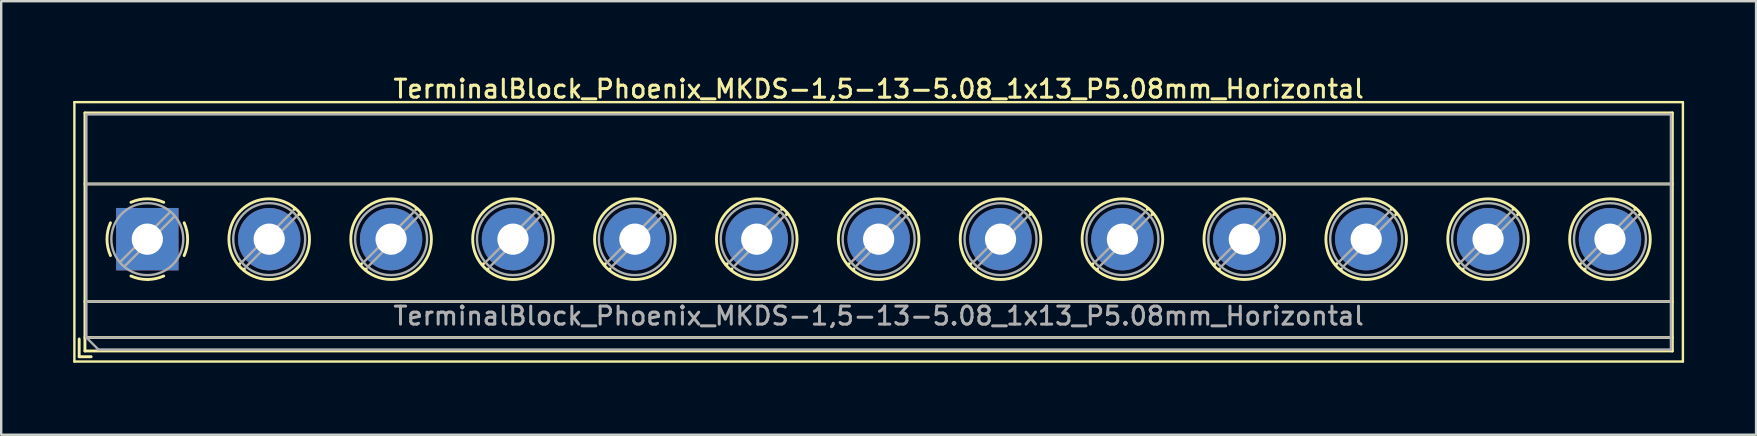
<source format=kicad_pcb>
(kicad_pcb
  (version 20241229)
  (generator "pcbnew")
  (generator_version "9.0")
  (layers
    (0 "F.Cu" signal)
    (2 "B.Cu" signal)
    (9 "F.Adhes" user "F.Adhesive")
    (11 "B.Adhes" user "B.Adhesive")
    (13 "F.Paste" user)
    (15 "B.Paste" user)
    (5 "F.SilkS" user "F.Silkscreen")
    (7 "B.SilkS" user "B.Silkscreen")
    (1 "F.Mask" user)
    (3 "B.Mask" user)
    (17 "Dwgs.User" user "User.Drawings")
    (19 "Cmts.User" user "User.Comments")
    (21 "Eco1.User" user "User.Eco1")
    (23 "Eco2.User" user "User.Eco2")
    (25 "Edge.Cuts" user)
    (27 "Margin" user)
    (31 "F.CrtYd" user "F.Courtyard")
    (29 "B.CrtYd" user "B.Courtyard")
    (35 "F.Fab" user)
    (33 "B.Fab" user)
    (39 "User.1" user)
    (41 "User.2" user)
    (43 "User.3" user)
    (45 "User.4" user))
  (footprint "TerminalBlock_Phoenix_MKDS-1,5-13-5.08_1x13_P5.08mm_Horizontal"
    (layer "F.Cu")
    (at 3.09 6.918)
    (property "Reference" "TerminalBlock_Phoenix_MKDS-1,5-13-5.08_1x13_P5.08mm_Horizontal" (at 30.48 -6.26 0) (layer "F.SilkS") (effects (font (size 0.75 0.75) (thickness 0.125))))
    (attr through_hole)
    (fp_line (start -3.04 -5.71) (end -3.04 5.1) (stroke (width 0.1) (type solid)) (layer "F.SilkS"))
    (fp_line (start -3.04 5.1) (end 64 5.1) (stroke (width 0.1) (type solid)) (layer "F.SilkS"))
    (fp_line (start -2.84 4.16) (end -2.84 4.9) (stroke (width 0.12) (type solid)) (layer "F.SilkS"))
    (fp_line (start -2.84 4.9) (end -2.34 4.9) (stroke (width 0.12) (type solid)) (layer "F.SilkS"))
    (fp_line (start -2.6 -5.261) (end -2.6 4.66) (stroke (width 0.12) (type solid)) (layer "F.SilkS"))
    (fp_line (start -2.6 -5.261) (end 63.561 -5.261) (stroke (width 0.12) (type solid)) (layer "F.SilkS"))
    (fp_line (start -2.6 -2.301) (end 63.561 -2.301) (stroke (width 0.12) (type solid)) (layer "F.SilkS"))
    (fp_line (start -2.6 2.6) (end 63.561 2.6) (stroke (width 0.12) (type solid)) (layer "F.SilkS"))
    (fp_line (start -2.6 4.1) (end 63.561 4.1) (stroke (width 0.12) (type solid)) (layer "F.SilkS"))
    (fp_line (start -2.6 4.66) (end 63.561 4.66) (stroke (width 0.12) (type solid)) (layer "F.SilkS"))
    (fp_line (start 3.853 1.023) (end 3.806 1.069) (stroke (width 0.12) (type solid)) (layer "F.SilkS"))
    (fp_line (start 4.046 1.239) (end 4.011 1.274) (stroke (width 0.12) (type solid)) (layer "F.SilkS"))
    (fp_line (start 6.15 -1.275) (end 6.115 -1.239) (stroke (width 0.12) (type solid)) (layer "F.SilkS"))
    (fp_line (start 6.355 -1.069) (end 6.308 -1.023) (stroke (width 0.12) (type solid)) (layer "F.SilkS"))
    (fp_line (start 8.933 1.023) (end 8.886 1.069) (stroke (width 0.12) (type solid)) (layer "F.SilkS"))
    (fp_line (start 9.126 1.239) (end 9.091 1.274) (stroke (width 0.12) (type solid)) (layer "F.SilkS"))
    (fp_line (start 11.23 -1.275) (end 11.195 -1.239) (stroke (width 0.12) (type solid)) (layer "F.SilkS"))
    (fp_line (start 11.435 -1.069) (end 11.388 -1.023) (stroke (width 0.12) (type solid)) (layer "F.SilkS"))
    (fp_line (start 14.013 1.023) (end 13.966 1.069) (stroke (width 0.12) (type solid)) (layer "F.SilkS"))
    (fp_line (start 14.206 1.239) (end 14.171 1.274) (stroke (width 0.12) (type solid)) (layer "F.SilkS"))
    (fp_line (start 16.31 -1.275) (end 16.275 -1.239) (stroke (width 0.12) (type solid)) (layer "F.SilkS"))
    (fp_line (start 16.515 -1.069) (end 16.468 -1.023) (stroke (width 0.12) (type solid)) (layer "F.SilkS"))
    (fp_line (start 19.093 1.023) (end 19.046 1.069) (stroke (width 0.12) (type solid)) (layer "F.SilkS"))
    (fp_line (start 19.286 1.239) (end 19.251 1.274) (stroke (width 0.12) (type solid)) (layer "F.SilkS"))
    (fp_line (start 21.39 -1.275) (end 21.355 -1.239) (stroke (width 0.12) (type solid)) (layer "F.SilkS"))
    (fp_line (start 21.595 -1.069) (end 21.548 -1.023) (stroke (width 0.12) (type solid)) (layer "F.SilkS"))
    (fp_line (start 24.173 1.023) (end 24.126 1.069) (stroke (width 0.12) (type solid)) (layer "F.SilkS"))
    (fp_line (start 24.366 1.239) (end 24.331 1.274) (stroke (width 0.12) (type solid)) (layer "F.SilkS"))
    (fp_line (start 26.47 -1.275) (end 26.435 -1.239) (stroke (width 0.12) (type solid)) (layer "F.SilkS"))
    (fp_line (start 26.675 -1.069) (end 26.628 -1.023) (stroke (width 0.12) (type solid)) (layer "F.SilkS"))
    (fp_line (start 29.253 1.023) (end 29.206 1.069) (stroke (width 0.12) (type solid)) (layer "F.SilkS"))
    (fp_line (start 29.446 1.239) (end 29.411 1.274) (stroke (width 0.12) (type solid)) (layer "F.SilkS"))
    (fp_line (start 31.55 -1.275) (end 31.515 -1.239) (stroke (width 0.12) (type solid)) (layer "F.SilkS"))
    (fp_line (start 31.755 -1.069) (end 31.708 -1.023) (stroke (width 0.12) (type solid)) (layer "F.SilkS"))
    (fp_line (start 34.333 1.023) (end 34.286 1.069) (stroke (width 0.12) (type solid)) (layer "F.SilkS"))
    (fp_line (start 34.526 1.239) (end 34.491 1.274) (stroke (width 0.12) (type solid)) (layer "F.SilkS"))
    (fp_line (start 36.63 -1.275) (end 36.595 -1.239) (stroke (width 0.12) (type solid)) (layer "F.SilkS"))
    (fp_line (start 36.835 -1.069) (end 36.788 -1.023) (stroke (width 0.12) (type solid)) (layer "F.SilkS"))
    (fp_line (start 39.413 1.023) (end 39.366 1.069) (stroke (width 0.12) (type solid)) (layer "F.SilkS"))
    (fp_line (start 39.606 1.239) (end 39.571 1.274) (stroke (width 0.12) (type solid)) (layer "F.SilkS"))
    (fp_line (start 41.71 -1.275) (end 41.675 -1.239) (stroke (width 0.12) (type solid)) (layer "F.SilkS"))
    (fp_line (start 41.915 -1.069) (end 41.868 -1.023) (stroke (width 0.12) (type solid)) (layer "F.SilkS"))
    (fp_line (start 44.493 1.023) (end 44.446 1.069) (stroke (width 0.12) (type solid)) (layer "F.SilkS"))
    (fp_line (start 44.686 1.239) (end 44.651 1.274) (stroke (width 0.12) (type solid)) (layer "F.SilkS"))
    (fp_line (start 46.79 -1.275) (end 46.755 -1.239) (stroke (width 0.12) (type solid)) (layer "F.SilkS"))
    (fp_line (start 46.995 -1.069) (end 46.948 -1.023) (stroke (width 0.12) (type solid)) (layer "F.SilkS"))
    (fp_line (start 49.573 1.023) (end 49.526 1.069) (stroke (width 0.12) (type solid)) (layer "F.SilkS"))
    (fp_line (start 49.766 1.239) (end 49.731 1.274) (stroke (width 0.12) (type solid)) (layer "F.SilkS"))
    (fp_line (start 51.87 -1.275) (end 51.835 -1.239) (stroke (width 0.12) (type solid)) (layer "F.SilkS"))
    (fp_line (start 52.075 -1.069) (end 52.028 -1.023) (stroke (width 0.12) (type solid)) (layer "F.SilkS"))
    (fp_line (start 54.653 1.023) (end 54.606 1.069) (stroke (width 0.12) (type solid)) (layer "F.SilkS"))
    (fp_line (start 54.846 1.239) (end 54.811 1.274) (stroke (width 0.12) (type solid)) (layer "F.SilkS"))
    (fp_line (start 56.95 -1.275) (end 56.915 -1.239) (stroke (width 0.12) (type solid)) (layer "F.SilkS"))
    (fp_line (start 57.155 -1.069) (end 57.108 -1.023) (stroke (width 0.12) (type solid)) (layer "F.SilkS"))
    (fp_line (start 59.733 1.023) (end 59.686 1.069) (stroke (width 0.12) (type solid)) (layer "F.SilkS"))
    (fp_line (start 59.926 1.239) (end 59.891 1.274) (stroke (width 0.12) (type solid)) (layer "F.SilkS"))
    (fp_line (start 62.03 -1.275) (end 61.995 -1.239) (stroke (width 0.12) (type solid)) (layer "F.SilkS"))
    (fp_line (start 62.235 -1.069) (end 62.188 -1.023) (stroke (width 0.12) (type solid)) (layer "F.SilkS"))
    (fp_line (start 63.561 -5.261) (end 63.561 4.66) (stroke (width 0.12) (type solid)) (layer "F.SilkS"))
    (fp_line (start 64 -5.71) (end -3.04 -5.71) (stroke (width 0.1) (type solid)) (layer "F.SilkS"))
    (fp_line (start 64 5.1) (end 64 -5.71) (stroke (width 0.1) (type solid)) (layer "F.SilkS"))
    (fp_arc (start -1.535427 0.683042) (mid -1.680501 -0.000524) (end -1.535 -0.684) (stroke (width 0.12) (type solid)) (layer "F.SilkS"))
    (fp_arc (start -0.683042 -1.535427) (mid 0.000524 -1.680501) (end 0.684 -1.535) (stroke (width 0.12) (type solid)) (layer "F.SilkS"))
    (fp_arc (start 0.028805 1.680253) (mid -0.335551 1.646659) (end -0.684 1.535) (stroke (width 0.12) (type solid)) (layer "F.SilkS"))
    (fp_arc (start 0.683318 1.534756) (mid 0.349292 1.643288) (end 0 1.68) (stroke (width 0.12) (type solid)) (layer "F.SilkS"))
    (fp_arc (start 1.535427 -0.683042) (mid 1.680501 0.000524) (end 1.535 0.684) (stroke (width 0.12) (type solid)) (layer "F.SilkS"))
    (fp_circle (center 5.08 0) (end 6.76 0) (stroke (width 0.12) (type solid)) (fill no) (layer "F.SilkS"))
    (fp_circle (center 10.16 0) (end 11.84 0) (stroke (width 0.12) (type solid)) (fill no) (layer "F.SilkS"))
    (fp_circle (center 15.24 0) (end 16.92 0) (stroke (width 0.12) (type solid)) (fill no) (layer "F.SilkS"))
    (fp_circle (center 20.32 0) (end 22 0) (stroke (width 0.12) (type solid)) (fill no) (layer "F.SilkS"))
    (fp_circle (center 25.4 0) (end 27.08 0) (stroke (width 0.12) (type solid)) (fill no) (layer "F.SilkS"))
    (fp_circle (center 30.48 0) (end 32.16 0) (stroke (width 0.12) (type solid)) (fill no) (layer "F.SilkS"))
    (fp_circle (center 35.56 0) (end 37.24 0) (stroke (width 0.12) (type solid)) (fill no) (layer "F.SilkS"))
    (fp_circle (center 40.64 0) (end 42.32 0) (stroke (width 0.12) (type solid)) (fill no) (layer "F.SilkS"))
    (fp_circle (center 45.72 0) (end 47.4 0) (stroke (width 0.12) (type solid)) (fill no) (layer "F.SilkS"))
    (fp_circle (center 50.8 0) (end 52.48 0) (stroke (width 0.12) (type solid)) (fill no) (layer "F.SilkS"))
    (fp_circle (center 55.88 0) (end 57.56 0) (stroke (width 0.12) (type solid)) (fill no) (layer "F.SilkS"))
    (fp_circle (center 60.96 0) (end 62.64 0) (stroke (width 0.12) (type solid)) (fill no) (layer "F.SilkS"))
    (fp_line (start -2.54 -5.2) (end 63.5 -5.2) (stroke (width 0.1) (type solid)) (layer "F.Fab"))
    (fp_line (start -2.54 -2.3) (end 63.5 -2.3) (stroke (width 0.1) (type solid)) (layer "F.Fab"))
    (fp_line (start -2.54 2.6) (end 63.5 2.6) (stroke (width 0.1) (type solid)) (layer "F.Fab"))
    (fp_line (start -2.54 4.1) (end -2.54 -5.2) (stroke (width 0.1) (type solid)) (layer "F.Fab"))
    (fp_line (start -2.54 4.1) (end 63.5 4.1) (stroke (width 0.1) (type solid)) (layer "F.Fab"))
    (fp_line (start -2.04 4.6) (end -2.54 4.1) (stroke (width 0.1) (type solid)) (layer "F.Fab"))
    (fp_line (start 0.955 -1.138) (end -1.138 0.955) (stroke (width 0.1) (type solid)) (layer "F.Fab"))
    (fp_line (start 1.138 -0.955) (end -0.955 1.138) (stroke (width 0.1) (type solid)) (layer "F.Fab"))
    (fp_line (start 6.035 -1.138) (end 3.943 0.955) (stroke (width 0.1) (type solid)) (layer "F.Fab"))
    (fp_line (start 6.218 -0.955) (end 4.126 1.138) (stroke (width 0.1) (type solid)) (layer "F.Fab"))
    (fp_line (start 11.115 -1.138) (end 9.023 0.955) (stroke (width 0.1) (type solid)) (layer "F.Fab"))
    (fp_line (start 11.298 -0.955) (end 9.206 1.138) (stroke (width 0.1) (type solid)) (layer "F.Fab"))
    (fp_line (start 16.195 -1.138) (end 14.103 0.955) (stroke (width 0.1) (type solid)) (layer "F.Fab"))
    (fp_line (start 16.378 -0.955) (end 14.286 1.138) (stroke (width 0.1) (type solid)) (layer "F.Fab"))
    (fp_line (start 21.275 -1.138) (end 19.183 0.955) (stroke (width 0.1) (type solid)) (layer "F.Fab"))
    (fp_line (start 21.458 -0.955) (end 19.366 1.138) (stroke (width 0.1) (type solid)) (layer "F.Fab"))
    (fp_line (start 26.355 -1.138) (end 24.263 0.955) (stroke (width 0.1) (type solid)) (layer "F.Fab"))
    (fp_line (start 26.538 -0.955) (end 24.446 1.138) (stroke (width 0.1) (type solid)) (layer "F.Fab"))
    (fp_line (start 31.435 -1.138) (end 29.343 0.955) (stroke (width 0.1) (type solid)) (layer "F.Fab"))
    (fp_line (start 31.618 -0.955) (end 29.526 1.138) (stroke (width 0.1) (type solid)) (layer "F.Fab"))
    (fp_line (start 36.515 -1.138) (end 34.423 0.955) (stroke (width 0.1) (type solid)) (layer "F.Fab"))
    (fp_line (start 36.698 -0.955) (end 34.606 1.138) (stroke (width 0.1) (type solid)) (layer "F.Fab"))
    (fp_line (start 41.595 -1.138) (end 39.503 0.955) (stroke (width 0.1) (type solid)) (layer "F.Fab"))
    (fp_line (start 41.778 -0.955) (end 39.686 1.138) (stroke (width 0.1) (type solid)) (layer "F.Fab"))
    (fp_line (start 46.675 -1.138) (end 44.583 0.955) (stroke (width 0.1) (type solid)) (layer "F.Fab"))
    (fp_line (start 46.858 -0.955) (end 44.766 1.138) (stroke (width 0.1) (type solid)) (layer "F.Fab"))
    (fp_line (start 51.755 -1.138) (end 49.663 0.955) (stroke (width 0.1) (type solid)) (layer "F.Fab"))
    (fp_line (start 51.938 -0.955) (end 49.846 1.138) (stroke (width 0.1) (type solid)) (layer "F.Fab"))
    (fp_line (start 56.835 -1.138) (end 54.743 0.955) (stroke (width 0.1) (type solid)) (layer "F.Fab"))
    (fp_line (start 57.018 -0.955) (end 54.926 1.138) (stroke (width 0.1) (type solid)) (layer "F.Fab"))
    (fp_line (start 61.915 -1.138) (end 59.823 0.955) (stroke (width 0.1) (type solid)) (layer "F.Fab"))
    (fp_line (start 62.098 -0.955) (end 60.006 1.138) (stroke (width 0.1) (type solid)) (layer "F.Fab"))
    (fp_line (start 63.5 -5.2) (end 63.5 4.6) (stroke (width 0.1) (type solid)) (layer "F.Fab"))
    (fp_line (start 63.5 4.6) (end -2.04 4.6) (stroke (width 0.1) (type solid)) (layer "F.Fab"))
    (fp_circle (center 0 0) (end 1.5 0) (stroke (width 0.1) (type solid)) (fill no) (layer "F.Fab"))
    (fp_circle (center 5.08 0) (end 6.58 0) (stroke (width 0.1) (type solid)) (fill no) (layer "F.Fab"))
    (fp_circle (center 10.16 0) (end 11.66 0) (stroke (width 0.1) (type solid)) (fill no) (layer "F.Fab"))
    (fp_circle (center 15.24 0) (end 16.74 0) (stroke (width 0.1) (type solid)) (fill no) (layer "F.Fab"))
    (fp_circle (center 20.32 0) (end 21.82 0) (stroke (width 0.1) (type solid)) (fill no) (layer "F.Fab"))
    (fp_circle (center 25.4 0) (end 26.9 0) (stroke (width 0.1) (type solid)) (fill no) (layer "F.Fab"))
    (fp_circle (center 30.48 0) (end 31.98 0) (stroke (width 0.1) (type solid)) (fill no) (layer "F.Fab"))
    (fp_circle (center 35.56 0) (end 37.06 0) (stroke (width 0.1) (type solid)) (fill no) (layer "F.Fab"))
    (fp_circle (center 40.64 0) (end 42.14 0) (stroke (width 0.1) (type solid)) (fill no) (layer "F.Fab"))
    (fp_circle (center 45.72 0) (end 47.22 0) (stroke (width 0.1) (type solid)) (fill no) (layer "F.Fab"))
    (fp_circle (center 50.8 0) (end 52.3 0) (stroke (width 0.1) (type solid)) (fill no) (layer "F.Fab"))
    (fp_circle (center 55.88 0) (end 57.38 0) (stroke (width 0.1) (type solid)) (fill no) (layer "F.Fab"))
    (fp_circle (center 60.96 0) (end 62.46 0) (stroke (width 0.1) (type solid)) (fill no) (layer "F.Fab"))
    (fp_text user "${REFERENCE}" (at 30.48 3.2 0) (layer "F.Fab") (effects (font (size 0.75 0.75) (thickness 0.125))))
    (pad "1" thru_hole rect (at 0 0) (size 2.6 2.6) (drill 1.3) (layers "*.Cu" "*.Mask"))
    (pad "2" thru_hole circle (at 5.08 0) (size 2.6 2.6) (drill 1.3) (layers "*.Cu" "*.Mask"))
    (pad "3" thru_hole circle (at 10.16 0) (size 2.6 2.6) (drill 1.3) (layers "*.Cu" "*.Mask"))
    (pad "4" thru_hole circle (at 15.24 0) (size 2.6 2.6) (drill 1.3) (layers "*.Cu" "*.Mask"))
    (pad "5" thru_hole circle (at 20.32 0) (size 2.6 2.6) (drill 1.3) (layers "*.Cu" "*.Mask"))
    (pad "6" thru_hole circle (at 25.4 0) (size 2.6 2.6) (drill 1.3) (layers "*.Cu" "*.Mask"))
    (pad "7" thru_hole circle (at 30.48 0) (size 2.6 2.6) (drill 1.3) (layers "*.Cu" "*.Mask"))
    (pad "8" thru_hole circle (at 35.56 0) (size 2.6 2.6) (drill 1.3) (layers "*.Cu" "*.Mask"))
    (pad "9" thru_hole circle (at 40.64 0) (size 2.6 2.6) (drill 1.3) (layers "*.Cu" "*.Mask"))
    (pad "10" thru_hole circle (at 45.72 0) (size 2.6 2.6) (drill 1.3) (layers "*.Cu" "*.Mask"))
    (pad "11" thru_hole circle (at 50.8 0) (size 2.6 2.6) (drill 1.3) (layers "*.Cu" "*.Mask"))
    (pad "12" thru_hole circle (at 55.88 0) (size 2.6 2.6) (drill 1.3) (layers "*.Cu" "*.Mask"))
    (pad "13" thru_hole circle (at 60.96 0) (size 2.6 2.6) (drill 1.3) (layers "*.Cu" "*.Mask")))
  (gr_rect
    (start -3 -3)
    (end 70.14 15.068)
    (stroke (width 0.1) (type default))
    (fill no)
    (layer "Edge.Cuts")))
</source>
